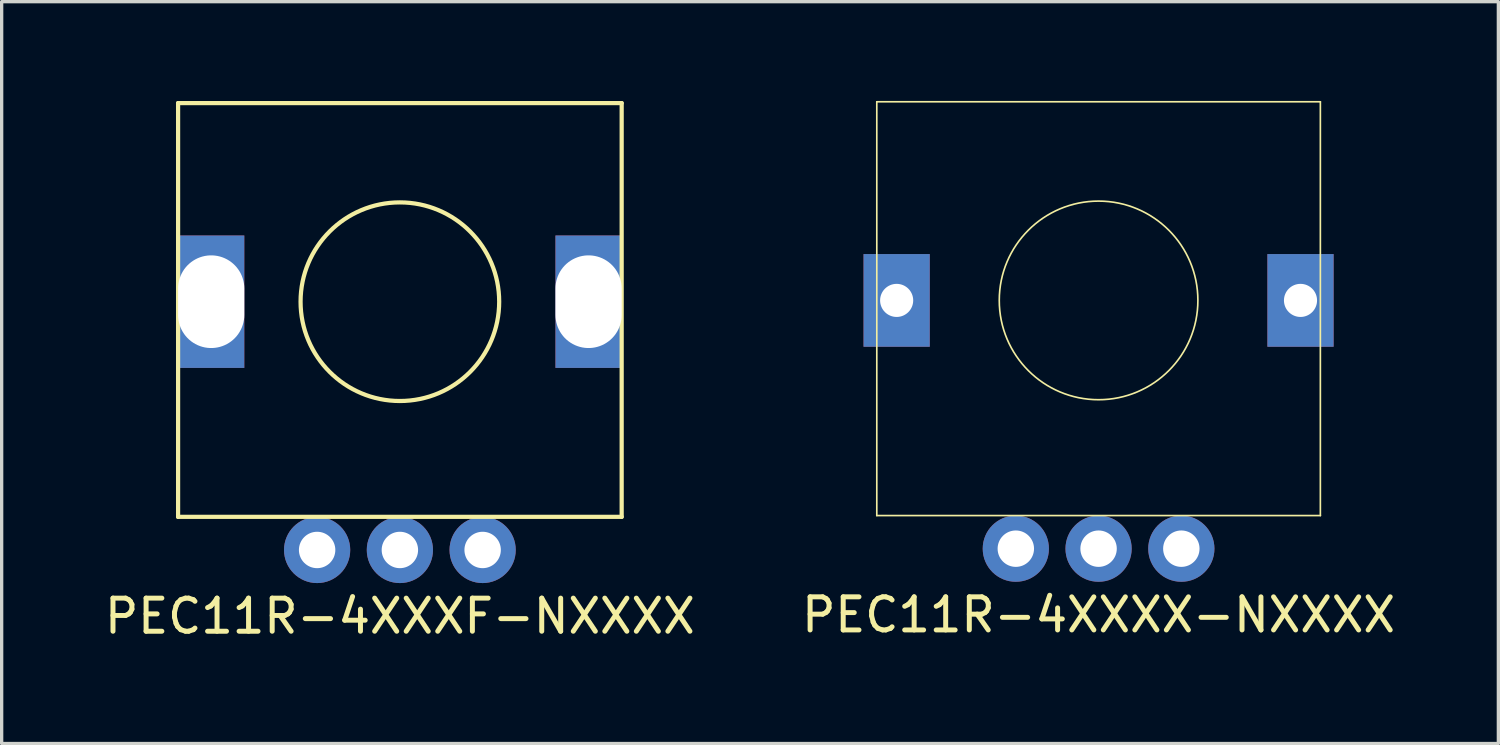
<source format=kicad_pcb>
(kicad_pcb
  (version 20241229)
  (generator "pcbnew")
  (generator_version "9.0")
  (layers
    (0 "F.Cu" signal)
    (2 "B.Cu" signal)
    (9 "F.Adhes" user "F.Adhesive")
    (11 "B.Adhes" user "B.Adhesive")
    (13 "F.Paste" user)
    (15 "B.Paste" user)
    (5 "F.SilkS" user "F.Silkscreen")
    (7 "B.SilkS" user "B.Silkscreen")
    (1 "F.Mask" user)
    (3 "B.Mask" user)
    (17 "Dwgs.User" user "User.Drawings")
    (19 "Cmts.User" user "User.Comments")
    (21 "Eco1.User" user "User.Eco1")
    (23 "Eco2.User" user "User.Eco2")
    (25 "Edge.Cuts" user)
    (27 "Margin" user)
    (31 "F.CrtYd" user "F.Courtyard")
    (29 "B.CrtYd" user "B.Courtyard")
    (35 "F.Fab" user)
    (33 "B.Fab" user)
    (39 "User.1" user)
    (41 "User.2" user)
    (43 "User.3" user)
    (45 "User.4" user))
  (footprint "PEC11R-4XXXF-NXXXX"
    (layer "F.Cu")
    (at 9.03 6.064)
    (property "Reference" "PEC11R-4XXXF-NXXXX" (at 0 9.5 0) (layer "F.SilkS") (effects (font (size 1 1) (thickness 0.15))))
    (attr through_hole)
    (fp_line (start -6.7 -6) (end 6.7 -6) (stroke (width 0.127) (type solid)) (layer "F.SilkS"))
    (fp_line (start -6.7 6.5) (end -6.7 -6) (stroke (width 0.127) (type solid)) (layer "F.SilkS"))
    (fp_line (start 6.7 -6) (end 6.7 6.5) (stroke (width 0.127) (type solid)) (layer "F.SilkS"))
    (fp_line (start 6.7 6.5) (end -6.7 6.5) (stroke (width 0.127) (type solid)) (layer "F.SilkS"))
    (fp_circle (center 0 0) (end 0 3) (stroke (width 0.127) (type solid)) (fill no) (layer "F.SilkS"))
    (pad "" thru_hole rect (at -5.7 0) (size 2 4) (drill oval 2 2.8) (layers "*.Cu" "*.Mask"))
    (pad "" thru_hole rect (at 5.7 0) (size 2 4) (drill oval 2 2.8) (layers "*.Cu" "*.Mask"))
    (pad "1" thru_hole circle (at -2.5 7.5) (size 2 2) (drill 1.1) (layers "*.Cu" "*.Mask"))
    (pad "2" thru_hole circle (at 0 7.5) (size 2 2) (drill 1.1) (layers "*.Cu" "*.Mask"))
    (pad "3" thru_hole circle (at 2.5 7.5) (size 2 2) (drill 1.1) (layers "*.Cu" "*.Mask")))
  (footprint "PEC11R-4XXXX-NXXXX"
    (layer "F.Cu")
    (at 30.137 6.025)
    (property "Reference" "PEC11R-4XXXX-NXXXX" (at 0 9.5 0) (layer "F.SilkS") (effects (font (size 1 1) (thickness 0.15))))
    (attr through_hole)
    (fp_line (start -6.7 -6) (end 6.7 -6) (stroke (width 0.05) (type solid)) (layer "F.SilkS"))
    (fp_line (start -6.7 6.5) (end -6.7 -6) (stroke (width 0.05) (type solid)) (layer "F.SilkS"))
    (fp_line (start 6.7 -6) (end 6.7 6.5) (stroke (width 0.05) (type solid)) (layer "F.SilkS"))
    (fp_line (start 6.7 6.5) (end -6.7 6.5) (stroke (width 0.05) (type solid)) (layer "F.SilkS"))
    (fp_circle (center 0 0) (end 0 3) (stroke (width 0.05) (type solid)) (fill no) (layer "F.SilkS"))
    (pad "" np_thru_hole rect (at -6.1 0) (size 2 2.8) (drill 1) (layers "*.Cu" "*.Mask"))
    (pad "" np_thru_hole rect (at 6.1 0) (size 2 2.8) (drill 1) (layers "*.Cu" "*.Mask"))
    (pad "1" thru_hole circle (at -2.5 7.5) (size 2 2) (drill 1.1) (layers "*.Cu" "*.Mask"))
    (pad "2" thru_hole circle (at 0 7.5) (size 2 2) (drill 1.1) (layers "*.Cu" "*.Mask"))
    (pad "3" thru_hole circle (at 2.5 7.5) (size 2 2) (drill 1.1) (layers "*.Cu" "*.Mask")))
  (gr_rect
    (start -3 -3)
    (end 42.214 19.412)
    (stroke (width 0.1) (type default))
    (fill no)
    (layer "Edge.Cuts")))
</source>
